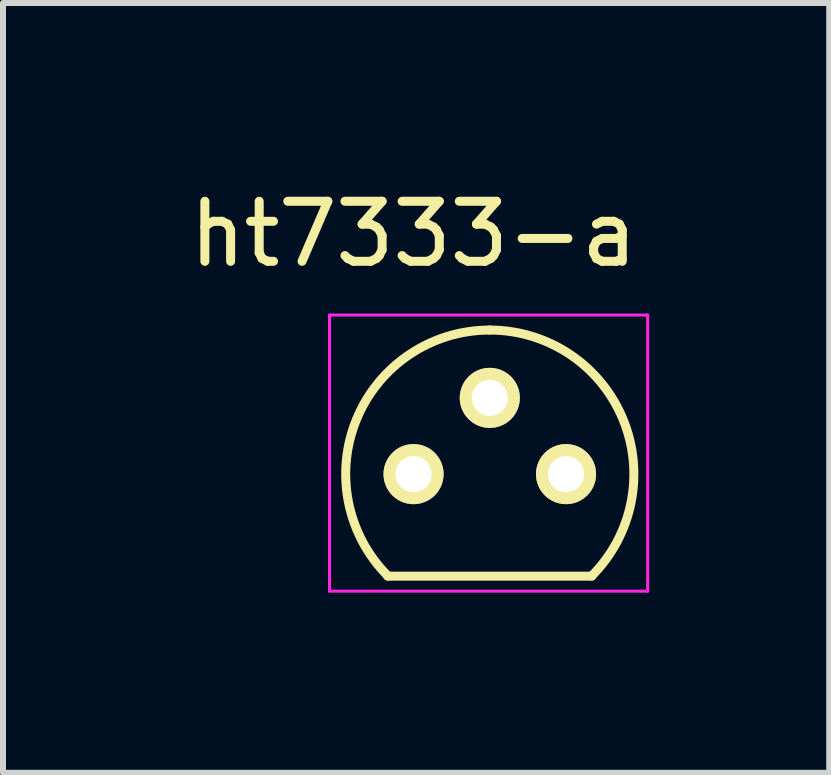
<source format=kicad_pcb>
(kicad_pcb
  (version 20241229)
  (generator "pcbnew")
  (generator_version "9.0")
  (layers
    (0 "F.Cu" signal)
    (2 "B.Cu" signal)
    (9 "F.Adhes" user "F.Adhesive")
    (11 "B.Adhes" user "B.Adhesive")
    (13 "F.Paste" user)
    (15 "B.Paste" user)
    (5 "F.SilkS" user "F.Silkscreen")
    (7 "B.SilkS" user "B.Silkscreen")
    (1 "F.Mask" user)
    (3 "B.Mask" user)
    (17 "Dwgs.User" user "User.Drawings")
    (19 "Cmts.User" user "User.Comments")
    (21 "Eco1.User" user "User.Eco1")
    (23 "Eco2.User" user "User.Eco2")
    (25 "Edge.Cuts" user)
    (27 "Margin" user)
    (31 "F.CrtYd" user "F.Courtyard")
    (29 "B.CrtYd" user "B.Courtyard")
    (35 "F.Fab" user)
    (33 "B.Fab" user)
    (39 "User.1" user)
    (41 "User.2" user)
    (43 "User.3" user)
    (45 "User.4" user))
  (footprint "ht7333-a"
    (layer "F.Cu")
    (at 3.839 4.848)
    (property "Reference" "ht7333-a" (at 0 -4 0) (layer "F.SilkS") (effects (font (size 1 1) (thickness 0.15))))
    (attr through_hole)
    (fp_line (start -0.43 1.7) (end 2.97 1.7) (stroke (width 0.15) (type solid)) (layer "F.SilkS"))
    (fp_arc (start -0.427056 1.697056) (mid -0.947311 -0.91844) (end 1.27 -2.4) (stroke (width 0.15) (type solid)) (layer "F.SilkS"))
    (fp_arc (start 1.27 -2.4) (mid 3.487311 -0.91844) (end 2.967056 1.697056) (stroke (width 0.15) (type solid)) (layer "F.SilkS"))
    (fp_line (start -1.4 -2.65) (end 3.9 -2.65) (stroke (width 0.05) (type solid)) (layer "F.CrtYd"))
    (fp_line (start -1.4 1.95) (end -1.4 -2.65) (stroke (width 0.05) (type solid)) (layer "F.CrtYd"))
    (fp_line (start -1.4 1.95) (end 3.9 1.95) (stroke (width 0.05) (type solid)) (layer "F.CrtYd"))
    (fp_line (start 3.9 1.95) (end 3.9 -2.65) (stroke (width 0.05) (type solid)) (layer "F.CrtYd"))
    (pad "1" thru_hole circle (at 0 0 90) (size 1.001 1.001) (drill 0.6) (layers "*.Cu" "*.Mask" "F.SilkS"))
    (pad "2" thru_hole circle (at 1.27 -1.27 90) (size 1.001 1.001) (drill 0.6) (layers "*.Cu" "*.Mask" "F.SilkS"))
    (pad "3" thru_hole circle (at 2.54 0 90) (size 1.001 1.001) (drill 0.6) (layers "*.Cu" "*.Mask" "F.SilkS")))
  (gr_rect
    (start -3 -3)
    (end 10.764 9.823)
    (stroke (width 0.1) (type default))
    (fill no)
    (layer "Edge.Cuts")))
</source>
